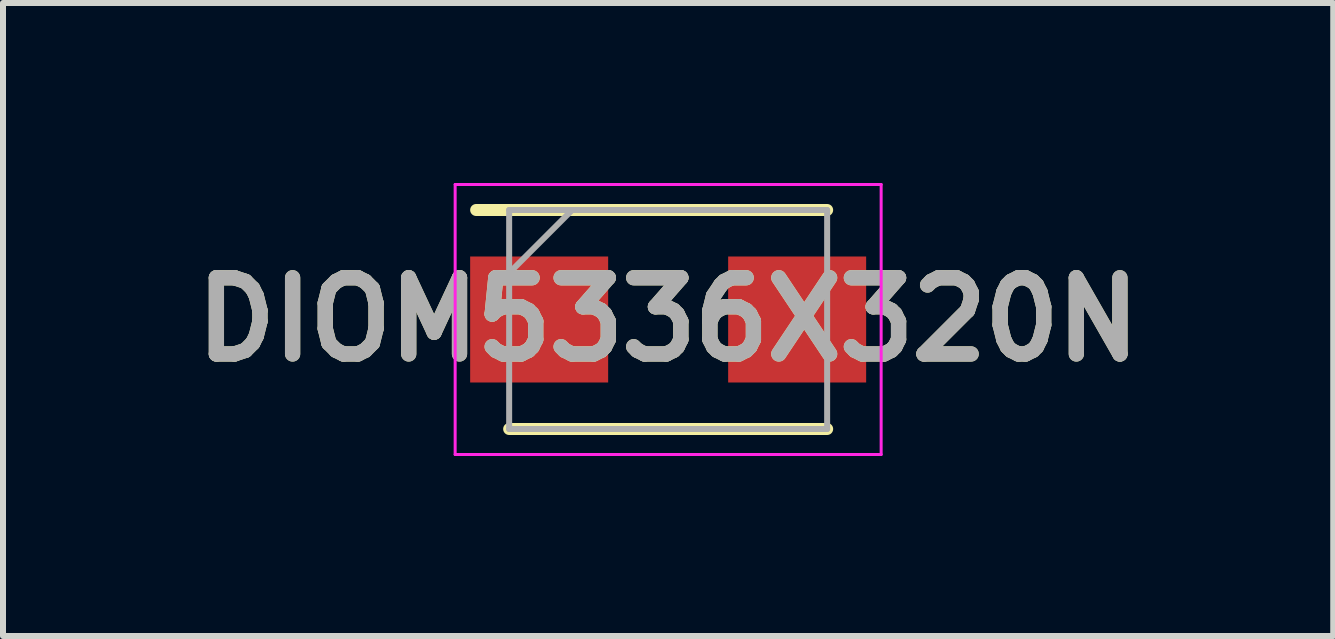
<source format=kicad_pcb>
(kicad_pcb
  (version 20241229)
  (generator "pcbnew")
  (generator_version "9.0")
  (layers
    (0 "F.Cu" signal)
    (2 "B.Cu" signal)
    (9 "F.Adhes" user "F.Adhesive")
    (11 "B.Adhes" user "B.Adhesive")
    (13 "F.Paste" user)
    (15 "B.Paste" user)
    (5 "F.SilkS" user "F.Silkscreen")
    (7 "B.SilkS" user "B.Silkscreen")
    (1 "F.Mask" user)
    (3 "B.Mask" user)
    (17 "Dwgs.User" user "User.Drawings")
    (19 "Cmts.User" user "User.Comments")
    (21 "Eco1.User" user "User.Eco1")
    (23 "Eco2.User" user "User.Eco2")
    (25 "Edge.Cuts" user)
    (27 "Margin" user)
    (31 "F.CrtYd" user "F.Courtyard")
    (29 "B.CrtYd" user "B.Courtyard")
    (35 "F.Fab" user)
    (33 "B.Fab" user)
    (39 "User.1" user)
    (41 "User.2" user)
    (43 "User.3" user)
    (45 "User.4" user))
  (footprint "DIOM5336X320N"
    (layer "F.Cu")
    (at 8.086 2.275)
    (property "Reference" "DIOM5336X320N" (at 0 0 0) (layer "F.SilkS") (effects (font (size 1.27 1.27) (thickness 0.254))))
    (attr smd)
    (fp_line (start -2.65 1.825) (end 2.65 1.825) (stroke (width 0.2) (type solid)) (layer "F.SilkS"))
    (fp_line (start 2.65 -1.825) (end -3.2 -1.825) (stroke (width 0.2) (type solid)) (layer "F.SilkS"))
    (fp_line (start -3.55 -2.25) (end 3.55 -2.25) (stroke (width 0.05) (type solid)) (layer "F.CrtYd"))
    (fp_line (start -3.55 2.25) (end -3.55 -2.25) (stroke (width 0.05) (type solid)) (layer "F.CrtYd"))
    (fp_line (start 3.55 -2.25) (end 3.55 2.25) (stroke (width 0.05) (type solid)) (layer "F.CrtYd"))
    (fp_line (start 3.55 2.25) (end -3.55 2.25) (stroke (width 0.05) (type solid)) (layer "F.CrtYd"))
    (fp_line (start -2.65 -1.825) (end 2.65 -1.825) (stroke (width 0.1) (type solid)) (layer "F.Fab"))
    (fp_line (start -2.65 -0.775) (end -1.6 -1.825) (stroke (width 0.1) (type solid)) (layer "F.Fab"))
    (fp_line (start -2.65 1.825) (end -2.65 -1.825) (stroke (width 0.1) (type solid)) (layer "F.Fab"))
    (fp_line (start 2.65 -1.825) (end 2.65 1.825) (stroke (width 0.1) (type solid)) (layer "F.Fab"))
    (fp_line (start 2.65 1.825) (end -2.65 1.825) (stroke (width 0.1) (type solid)) (layer "F.Fab"))
    (fp_text user "${REFERENCE}" (at 0 0 0) (layer "F.Fab") (effects (font (size 1.27 1.27) (thickness 0.254))))
    (pad "1" smd rect (at -2.15 0 90) (size 2.1 2.3) (layers "F.Cu" "F.Mask" "F.Paste"))
    (pad "2" smd rect (at 2.15 0 90) (size 2.1 2.3) (layers "F.Cu" "F.Mask" "F.Paste")))
  (gr_rect
    (start -3 -3)
    (end 19.171 7.55)
    (stroke (width 0.1) (type default))
    (fill no)
    (layer "Edge.Cuts")))
</source>
